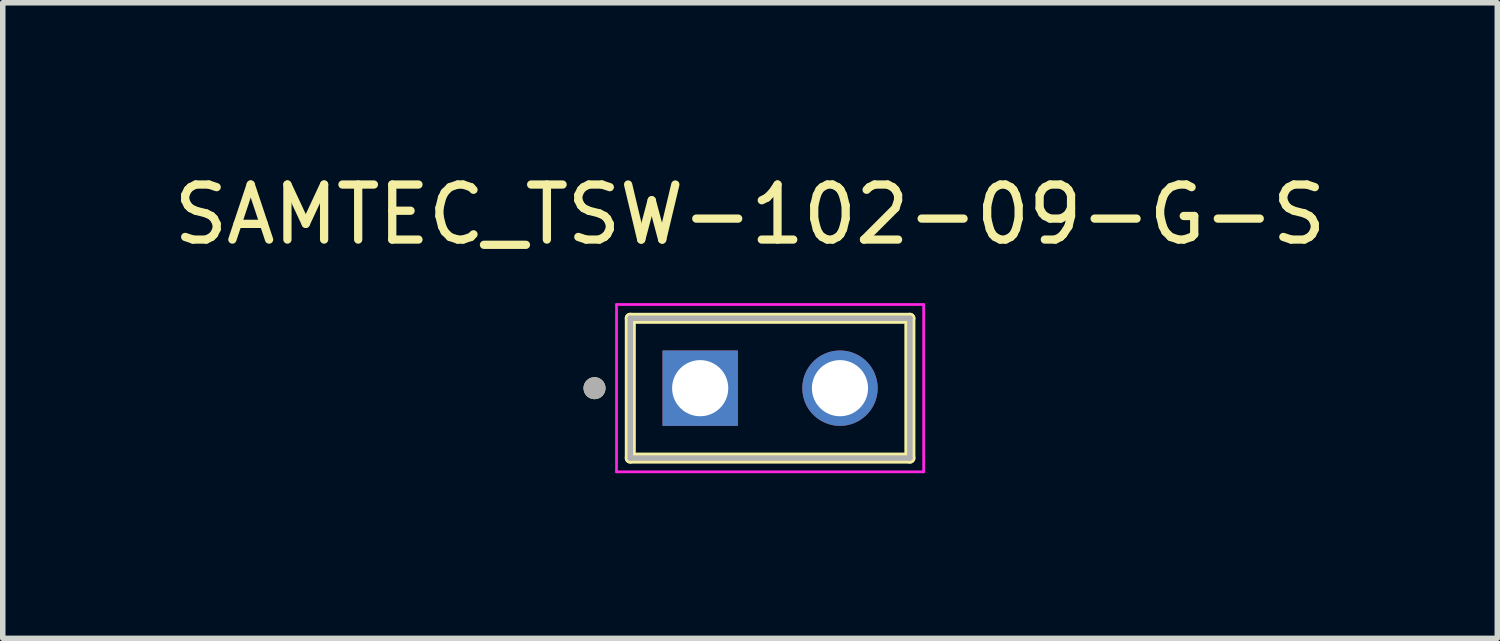
<source format=kicad_pcb>
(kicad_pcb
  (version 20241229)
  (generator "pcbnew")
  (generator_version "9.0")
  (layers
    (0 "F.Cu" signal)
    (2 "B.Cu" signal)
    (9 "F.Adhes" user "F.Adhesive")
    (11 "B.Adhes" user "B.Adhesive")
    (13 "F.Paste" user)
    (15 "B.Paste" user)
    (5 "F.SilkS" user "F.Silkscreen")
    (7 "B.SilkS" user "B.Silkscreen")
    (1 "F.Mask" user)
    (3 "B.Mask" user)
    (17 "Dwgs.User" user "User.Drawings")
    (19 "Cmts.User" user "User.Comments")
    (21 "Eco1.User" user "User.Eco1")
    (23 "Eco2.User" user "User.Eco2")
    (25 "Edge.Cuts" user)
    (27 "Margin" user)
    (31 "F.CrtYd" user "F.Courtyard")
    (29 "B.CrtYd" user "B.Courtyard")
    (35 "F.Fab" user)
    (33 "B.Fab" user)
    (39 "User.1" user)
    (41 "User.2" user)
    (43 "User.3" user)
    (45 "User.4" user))
  (footprint "SAMTEC_TSW-102-09-G-S"
    (layer "F.Cu")
    (at 9.672 4.003)
    (property "Reference" "SAMTEC_TSW-102-09-G-S" (at 0.905 -3.155 0) (layer "F.SilkS") (effects (font (size 1 1) (thickness 0.15))))
    (attr through_hole)
    (fp_line (start -1.27 1.27) (end -1.27 -1.27) (stroke (width 0.2) (type solid)) (layer "F.SilkS"))
    (fp_line (start 3.81 -1.27) (end -1.27 -1.27) (stroke (width 0.2) (type solid)) (layer "F.SilkS"))
    (fp_line (start 3.81 -1.27) (end 3.81 1.27) (stroke (width 0.2) (type solid)) (layer "F.SilkS"))
    (fp_line (start 3.81 1.27) (end -1.27 1.27) (stroke (width 0.2) (type solid)) (layer "F.SilkS"))
    (fp_circle (center -1.92 0) (end -1.82 0) (stroke (width 0.2) (type solid)) (fill no) (layer "F.SilkS"))
    (fp_line (start -1.52 -1.52) (end 4.06 -1.52) (stroke (width 0.05) (type solid)) (layer "F.CrtYd"))
    (fp_line (start -1.52 1.52) (end -1.52 -1.52) (stroke (width 0.05) (type solid)) (layer "F.CrtYd"))
    (fp_line (start 4.06 -1.52) (end 4.06 1.52) (stroke (width 0.05) (type solid)) (layer "F.CrtYd"))
    (fp_line (start 4.06 1.52) (end -1.52 1.52) (stroke (width 0.05) (type solid)) (layer "F.CrtYd"))
    (fp_line (start -1.27 -1.27) (end 3.81 -1.27) (stroke (width 0.1) (type solid)) (layer "F.Fab"))
    (fp_line (start -1.27 1.27) (end -1.27 -1.27) (stroke (width 0.1) (type solid)) (layer "F.Fab"))
    (fp_line (start 3.81 -1.27) (end 3.81 1.27) (stroke (width 0.1) (type solid)) (layer "F.Fab"))
    (fp_line (start 3.81 1.27) (end -1.27 1.27) (stroke (width 0.1) (type solid)) (layer "F.Fab"))
    (fp_circle (center -1.92 0) (end -1.82 0) (stroke (width 0.2) (type solid)) (fill no) (layer "F.Fab"))
    (pad "01" thru_hole rect (at 0 0) (size 1.37 1.37) (drill 1.02) (layers "*.Cu" "*.Mask"))
    (pad "02" thru_hole circle (at 2.54 0) (size 1.37 1.37) (drill 1.02) (layers "*.Cu" "*.Mask")))
  (gr_rect
    (start -3 -3)
    (end 24.155 8.548)
    (stroke (width 0.1) (type default))
    (fill no)
    (layer "Edge.Cuts")))
</source>
